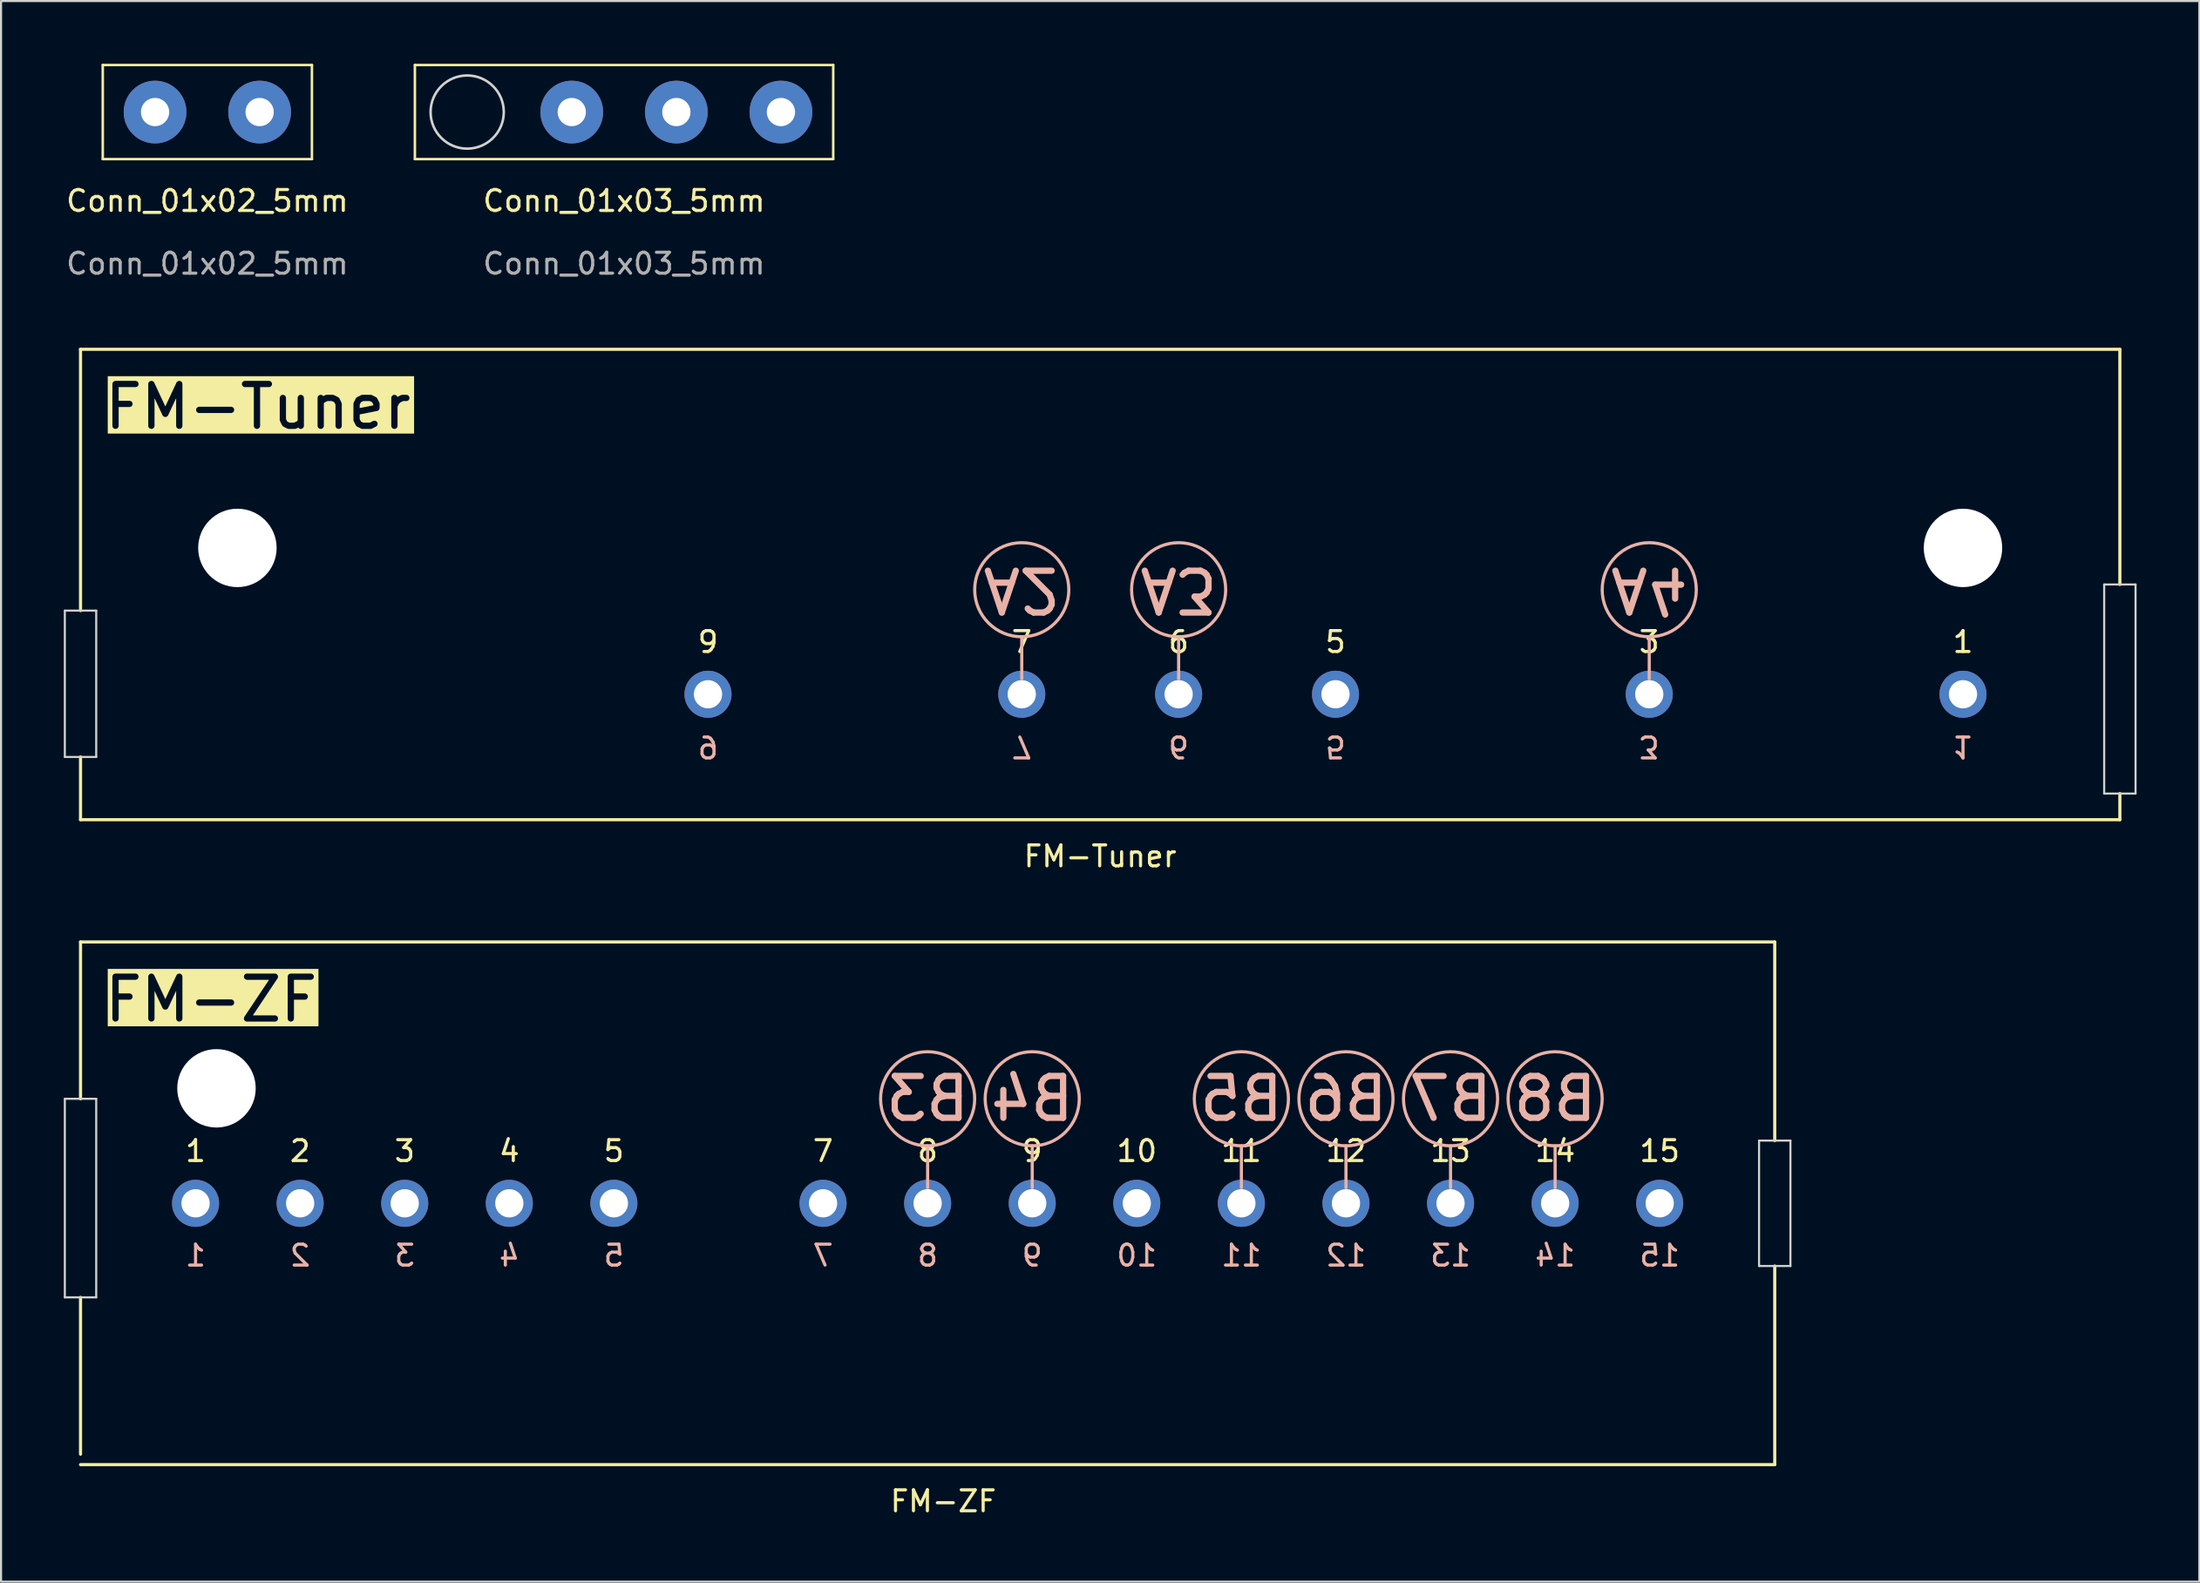
<source format=kicad_pcb>
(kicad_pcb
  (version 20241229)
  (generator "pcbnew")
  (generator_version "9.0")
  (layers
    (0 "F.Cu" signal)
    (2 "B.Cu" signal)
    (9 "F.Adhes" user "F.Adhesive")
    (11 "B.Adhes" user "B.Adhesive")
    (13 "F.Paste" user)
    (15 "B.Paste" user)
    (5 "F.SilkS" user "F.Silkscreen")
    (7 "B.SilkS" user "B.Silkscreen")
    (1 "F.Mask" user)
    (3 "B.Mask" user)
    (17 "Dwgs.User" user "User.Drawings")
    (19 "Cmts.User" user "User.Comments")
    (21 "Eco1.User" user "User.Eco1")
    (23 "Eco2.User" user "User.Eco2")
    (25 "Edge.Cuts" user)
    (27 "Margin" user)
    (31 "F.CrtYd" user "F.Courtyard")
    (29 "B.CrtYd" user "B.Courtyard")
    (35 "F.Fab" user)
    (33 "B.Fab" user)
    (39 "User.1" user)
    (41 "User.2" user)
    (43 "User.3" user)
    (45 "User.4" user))
  (footprint "Conn_01x02_5mm"
    (layer "F.Cu")
    (at 6.863 7.06)
    (property "Reference" "Conn_01x02_5mm" (at 0 -0.5 0) (unlocked yes) (layer "F.SilkS") (effects (font (size 1 1) (thickness 0.15))))
    (attr through_hole)
    (fp_line (start -5 -7) (end -5 -2.5) (stroke (width 0.12) (type default)) (layer "F.SilkS"))
    (fp_line (start -5 -2.5) (end 5 -2.5) (stroke (width 0.12) (type default)) (layer "F.SilkS"))
    (fp_line (start 5 -7) (end -5 -7) (stroke (width 0.12) (type default)) (layer "F.SilkS"))
    (fp_line (start 5 -2.5) (end 5 -7) (stroke (width 0.12) (type default)) (layer "F.SilkS"))
    (fp_text user "${REFERENCE}" (at 0 2.5 0) (unlocked yes) (layer "F.Fab") (effects (font (size 1 1) (thickness 0.15))))
    (pad "1" thru_hole circle (at -2.5 -4.75) (size 3 3) (drill 1.35) (layers "*.Cu" "B.Mask") (remove_unused_layers yes) (keep_end_layers yes) (zone_layer_connections))
    (pad "2" thru_hole circle (at 2.5 -4.75) (size 3 3) (drill 1.35) (layers "*.Cu" "B.Mask") (remove_unused_layers yes) (keep_end_layers yes) (zone_layer_connections)))
  (footprint "FM-Tuner"
    (layer "F.Cu")
    (at 0.8 13.658)
    (property "Reference" "FM-Tuner" (at 48.75 24.25 0) (unlocked yes) (layer "F.SilkS") (effects (font (size 1 1) (thickness 0.15))))
    (attr through_hole)
    (fp_line (start 0 0) (end 0 12.5) (stroke (width 0.15) (type default)) (layer "F.SilkS"))
    (fp_line (start 0 19.5) (end 0 22.5) (stroke (width 0.15) (type default)) (layer "F.SilkS"))
    (fp_line (start 0 22.5) (end 97.5 22.5) (stroke (width 0.15) (type default)) (layer "F.SilkS"))
    (fp_line (start 97.5 0) (end 0 0) (stroke (width 0.15) (type default)) (layer "F.SilkS"))
    (fp_line (start 97.5 11.25) (end 97.5 0) (stroke (width 0.15) (type default)) (layer "F.SilkS"))
    (fp_line (start 97.5 22.5) (end 97.5 21.25) (stroke (width 0.15) (type default)) (layer "F.SilkS"))
    (fp_line (start 45 13.75) (end 45 15.75) (stroke (width 0.15) (type default)) (layer "B.SilkS"))
    (fp_line (start 52.5 13.75) (end 52.5 15.75) (stroke (width 0.15) (type default)) (layer "B.SilkS"))
    (fp_line (start 75 13.75) (end 75 15.75) (stroke (width 0.15) (type default)) (layer "B.SilkS"))
    (fp_circle (center 45 11.5) (end 47.25 11.5) (stroke (width 0.15) (type default)) (fill no) (layer "B.SilkS"))
    (fp_circle (center 52.5 11.5) (end 54.75 11.5) (stroke (width 0.15) (type default)) (fill no) (layer "B.SilkS"))
    (fp_circle (center 75 11.5) (end 77.25 11.5) (stroke (width 0.15) (type default)) (fill no) (layer "B.SilkS"))
    (fp_line (start -0.75 12.5) (end 0.75 12.5) (stroke (width 0.1) (type default)) (layer "Edge.Cuts"))
    (fp_line (start -0.75 19.5) (end -0.75 12.5) (stroke (width 0.1) (type default)) (layer "Edge.Cuts"))
    (fp_line (start -0.75 19.5) (end 0.75 19.5) (stroke (width 0.1) (type default)) (layer "Edge.Cuts"))
    (fp_line (start 0.75 12.5) (end 0.75 19.5) (stroke (width 0.1) (type default)) (layer "Edge.Cuts"))
    (fp_line (start 96.75 11.25) (end 98.25 11.25) (stroke (width 0.1) (type default)) (layer "Edge.Cuts"))
    (fp_line (start 96.75 21.25) (end 96.75 11.25) (stroke (width 0.1) (type default)) (layer "Edge.Cuts"))
    (fp_line (start 96.75 21.25) (end 98.25 21.25) (stroke (width 0.1) (type default)) (layer "Edge.Cuts"))
    (fp_line (start 98.25 11.25) (end 98.25 21.25) (stroke (width 0.1) (type default)) (layer "Edge.Cuts"))
    (fp_text user "5" (at 60 14 0) (unlocked yes) (layer "F.SilkS") (effects (font (size 1 1) (thickness 0.15))))
    (fp_text user "6" (at 52.5 14 0) (unlocked yes) (layer "F.SilkS") (effects (font (size 1 1) (thickness 0.15))))
    (fp_text user "9" (at 30 14 0) (unlocked yes) (layer "F.SilkS") (effects (font (size 1 1) (thickness 0.15))))
    (fp_text user "7" (at 45 14 0) (unlocked yes) (layer "F.SilkS") (effects (font (size 1 1) (thickness 0.15))))
    (fp_text user "1" (at 90 14 0) (unlocked yes) (layer "F.SilkS") (effects (font (size 1 1) (thickness 0.15))))
    (fp_text user "FM-Tuner" (at 1 2.75 0) (unlocked yes) (layer "F.SilkS" knockout) (effects (font (size 2 2) (thickness 0.3)) (justify left)))
    (fp_text user "3" (at 75 14 0) (unlocked yes) (layer "F.SilkS") (effects (font (size 1 1) (thickness 0.15))))
    (fp_text user "9" (at 30 19 180) (unlocked yes) (layer "B.SilkS") (effects (font (size 1 1) (thickness 0.15)) (justify mirror)))
    (fp_text user "1" (at 90 19 180) (unlocked yes) (layer "B.SilkS") (effects (font (size 1 1) (thickness 0.15)) (justify mirror)))
    (fp_text user "6" (at 52.5 19 180) (unlocked yes) (layer "B.SilkS") (effects (font (size 1 1) (thickness 0.15)) (justify mirror)))
    (fp_text user "3" (at 75 19 180) (unlocked yes) (layer "B.SilkS") (effects (font (size 1 1) (thickness 0.15)) (justify mirror)))
    (fp_text user "5" (at 60 19 180) (unlocked yes) (layer "B.SilkS") (effects (font (size 1 1) (thickness 0.15)) (justify mirror)))
    (fp_text user "A4" (at 75 11.5 180) (unlocked yes) (layer "B.SilkS") (effects (font (size 2 2) (thickness 0.3)) (justify mirror)))
    (fp_text user "A3" (at 52.5 11.5 180) (unlocked yes) (layer "B.SilkS") (effects (font (size 2 2) (thickness 0.3)) (justify mirror)))
    (fp_text user "7" (at 45 19 180) (unlocked yes) (layer "B.SilkS") (effects (font (size 1 1) (thickness 0.15)) (justify mirror)))
    (fp_text user "A2" (at 45 11.5 180) (unlocked yes) (layer "B.SilkS") (effects (font (size 2 2) (thickness 0.3)) (justify mirror)))
    (pad "1" thru_hole circle (at 90 16.5) (size 2.25 2.25) (drill 1.35) (layers "*.Cu" "B.Mask") (remove_unused_layers yes) (keep_end_layers yes) (zone_layer_connections))
    (pad "3" thru_hole circle (at 75 16.5) (size 2.25 2.25) (drill 1.35) (layers "*.Cu" "B.Mask") (remove_unused_layers yes) (keep_end_layers yes) (zone_layer_connections))
    (pad "5" thru_hole circle (at 60 16.5) (size 2.25 2.25) (drill 1.35) (layers "*.Cu" "B.Mask") (remove_unused_layers yes) (keep_end_layers yes) (zone_layer_connections))
    (pad "6" thru_hole circle (at 52.5 16.5) (size 2.25 2.25) (drill 1.35) (layers "*.Cu" "B.Mask") (remove_unused_layers yes) (keep_end_layers yes) (zone_layer_connections))
    (pad "7" thru_hole circle (at 45 16.5) (size 2.25 2.25) (drill 1.35) (layers "*.Cu" "B.Mask") (remove_unused_layers yes) (keep_end_layers yes) (zone_layer_connections))
    (pad "9" thru_hole circle (at 30 16.5) (size 2.25 2.25) (drill 1.35) (layers "*.Cu" "B.Mask") (remove_unused_layers yes) (keep_end_layers yes) (zone_layer_connections))
    (pad "13" thru_hole circle (at 7.5 9.5) (size 5.5 5.5) (drill 3.75) (layers "*.Cu" "B.Mask") (remove_unused_layers yes) (zone_layer_connections))
    (pad "13" thru_hole circle (at 90 9.5) (size 5.5 5.5) (drill 3.75) (layers "*.Cu" "B.Mask") (remove_unused_layers yes) (zone_layer_connections)))
  (footprint "Conn_01x03_5mm"
    (layer "F.Cu")
    (at 26.786 7.06)
    (property "Reference" "Conn_01x03_5mm" (at 0 -0.5 0) (unlocked yes) (layer "F.SilkS") (effects (font (size 1 1) (thickness 0.15))))
    (attr through_hole)
    (fp_line (start -10 -7) (end -10 -2.5) (stroke (width 0.12) (type default)) (layer "F.SilkS"))
    (fp_line (start -10 -2.5) (end 10 -2.5) (stroke (width 0.12) (type default)) (layer "F.SilkS"))
    (fp_line (start 10 -7) (end -10 -7) (stroke (width 0.12) (type default)) (layer "F.SilkS"))
    (fp_line (start 10 -2.5) (end 10 -7) (stroke (width 0.12) (type default)) (layer "F.SilkS"))
    (fp_circle (center -7.5 -4.75) (end -5.75 -4.75) (stroke (width 0.12) (type default)) (fill no) (layer "Edge.Cuts"))
    (fp_text user "${REFERENCE}" (at 0 2.5 0) (unlocked yes) (layer "F.Fab") (effects (font (size 1 1) (thickness 0.15))))
    (pad "1" thru_hole circle (at -2.5 -4.75) (size 3 3) (drill 1.35) (layers "*.Cu" "B.Mask") (remove_unused_layers yes) (keep_end_layers yes) (zone_layer_connections))
    (pad "2" thru_hole circle (at 2.5 -4.75) (size 3 3) (drill 1.35) (layers "*.Cu" "B.Mask") (remove_unused_layers yes) (keep_end_layers yes) (zone_layer_connections))
    (pad "3" thru_hole circle (at 7.5 -4.75) (size 3 3) (drill 1.35) (layers "*.Cu" "B.Mask") (remove_unused_layers yes) (keep_end_layers yes) (zone_layer_connections)))
  (footprint "FM-ZF"
    (layer "F.Cu")
    (at 0.8 42.007)
    (property "Reference" "FM-ZF" (at 41.25 26.75 0) (unlocked yes) (layer "F.SilkS") (effects (font (size 1 1) (thickness 0.15))))
    (attr through_hole)
    (fp_line (start 0 0) (end 0 7.5) (stroke (width 0.15) (type default)) (layer "F.SilkS"))
    (fp_line (start 0 17) (end 0 24.5) (stroke (width 0.15) (type default)) (layer "F.SilkS"))
    (fp_line (start 0 25) (end 81 25) (stroke (width 0.15) (type default)) (layer "F.SilkS"))
    (fp_line (start 81 0) (end 0 0) (stroke (width 0.15) (type default)) (layer "F.SilkS"))
    (fp_line (start 81 9.5) (end 81 0) (stroke (width 0.15) (type default)) (layer "F.SilkS"))
    (fp_line (start 81 25) (end 81 15.5) (stroke (width 0.15) (type default)) (layer "F.SilkS"))
    (fp_line (start 40.5 9.75) (end 40.5 11.75) (stroke (width 0.15) (type default)) (layer "B.SilkS"))
    (fp_line (start 45.5 9.75) (end 45.5 11.75) (stroke (width 0.15) (type default)) (layer "B.SilkS"))
    (fp_line (start 55.5 9.75) (end 55.5 11.75) (stroke (width 0.15) (type default)) (layer "B.SilkS"))
    (fp_line (start 60.5 9.75) (end 60.5 11.75) (stroke (width 0.15) (type default)) (layer "B.SilkS"))
    (fp_line (start 65.5 9.75) (end 65.5 11.75) (stroke (width 0.15) (type default)) (layer "B.SilkS"))
    (fp_line (start 70.5 9.75) (end 70.5 11.75) (stroke (width 0.15) (type default)) (layer "B.SilkS"))
    (fp_circle (center 40.5 7.5) (end 42.75 7.5) (stroke (width 0.15) (type default)) (fill no) (layer "B.SilkS"))
    (fp_circle (center 45.5 7.5) (end 47.75 7.5) (stroke (width 0.15) (type default)) (fill no) (layer "B.SilkS"))
    (fp_circle (center 55.5 7.5) (end 57.75 7.5) (stroke (width 0.15) (type default)) (fill no) (layer "B.SilkS"))
    (fp_circle (center 60.5 7.5) (end 62.75 7.5) (stroke (width 0.15) (type default)) (fill no) (layer "B.SilkS"))
    (fp_circle (center 65.5 7.5) (end 67.75 7.5) (stroke (width 0.15) (type default)) (fill no) (layer "B.SilkS"))
    (fp_circle (center 70.5 7.5) (end 72.75 7.5) (stroke (width 0.15) (type default)) (fill no) (layer "B.SilkS"))
    (fp_line (start -0.75 7.5) (end -0.75 17) (stroke (width 0.1) (type default)) (layer "Edge.Cuts"))
    (fp_line (start -0.75 7.5) (end 0.75 7.5) (stroke (width 0.1) (type default)) (layer "Edge.Cuts"))
    (fp_line (start -0.75 17) (end 0.75 17) (stroke (width 0.1) (type default)) (layer "Edge.Cuts"))
    (fp_line (start 0.75 17) (end 0.75 7.5) (stroke (width 0.1) (type default)) (layer "Edge.Cuts"))
    (fp_line (start 80.25 9.5) (end 80.25 15.5) (stroke (width 0.1) (type default)) (layer "Edge.Cuts"))
    (fp_line (start 80.25 9.5) (end 81.75 9.5) (stroke (width 0.1) (type default)) (layer "Edge.Cuts"))
    (fp_line (start 80.25 15.5) (end 81.75 15.5) (stroke (width 0.1) (type default)) (layer "Edge.Cuts"))
    (fp_line (start 81.75 15.5) (end 81.75 9.5) (stroke (width 0.1) (type default)) (layer "Edge.Cuts"))
    (fp_text user "10" (at 50.5 10 0) (unlocked yes) (layer "F.SilkS") (effects (font (size 1 1) (thickness 0.15))))
    (fp_text user "1" (at 5.5 10 0) (unlocked yes) (layer "F.SilkS") (effects (font (size 1 1) (thickness 0.15))))
    (fp_text user "13" (at 65.5 10 0) (unlocked yes) (layer "F.SilkS") (effects (font (size 1 1) (thickness 0.15))))
    (fp_text user "FM-ZF" (at 1 2.75 0) (unlocked yes) (layer "F.SilkS" knockout) (effects (font (size 2 2) (thickness 0.3)) (justify left)))
    (fp_text user "5" (at 25.5 10 0) (unlocked yes) (layer "F.SilkS") (effects (font (size 1 1) (thickness 0.15))))
    (fp_text user "7" (at 35.5 10 0) (unlocked yes) (layer "F.SilkS") (effects (font (size 1 1) (thickness 0.15))))
    (fp_text user "9" (at 45.5 10 0) (unlocked yes) (layer "F.SilkS") (effects (font (size 1 1) (thickness 0.15))))
    (fp_text user "4" (at 20.5 10 0) (unlocked yes) (layer "F.SilkS") (effects (font (size 1 1) (thickness 0.15))))
    (fp_text user "14" (at 70.5 10 0) (unlocked yes) (layer "F.SilkS") (effects (font (size 1 1) (thickness 0.15))))
    (fp_text user "8" (at 40.5 10 0) (unlocked yes) (layer "F.SilkS") (effects (font (size 1 1) (thickness 0.15))))
    (fp_text user "15" (at 75.5 10 0) (unlocked yes) (layer "F.SilkS") (effects (font (size 1 1) (thickness 0.15))))
    (fp_text user "12" (at 60.5 10 0) (unlocked yes) (layer "F.SilkS") (effects (font (size 1 1) (thickness 0.15))))
    (fp_text user "2" (at 10.5 10 0) (unlocked yes) (layer "F.SilkS") (effects (font (size 1 1) (thickness 0.15))))
    (fp_text user "11" (at 55.5 10 0) (unlocked yes) (layer "F.SilkS") (effects (font (size 1 1) (thickness 0.15))))
    (fp_text user "3" (at 15.5 10 0) (unlocked yes) (layer "F.SilkS") (effects (font (size 1 1) (thickness 0.15))))
    (fp_text user "B5" (at 55.5 7.5 0) (unlocked yes) (layer "B.SilkS") (effects (font (size 2 2) (thickness 0.3)) (justify mirror)))
    (fp_text user "B6" (at 60.5 7.5 0) (unlocked yes) (layer "B.SilkS") (effects (font (size 2 2) (thickness 0.3)) (justify mirror)))
    (fp_text user "9" (at 45.5 15 0) (unlocked yes) (layer "B.SilkS") (effects (font (size 1 1) (thickness 0.15)) (justify mirror)))
    (fp_text user "7" (at 35.5 15 0) (unlocked yes) (layer "B.SilkS") (effects (font (size 1 1) (thickness 0.15)) (justify mirror)))
    (fp_text user "4" (at 20.5 15 0) (unlocked yes) (layer "B.SilkS") (effects (font (size 1 1) (thickness 0.15)) (justify mirror)))
    (fp_text user "B3" (at 40.5 7.5 0) (unlocked yes) (layer "B.SilkS") (effects (font (size 2 2) (thickness 0.3)) (justify mirror)))
    (fp_text user "B7" (at 65.5 7.5 0) (unlocked yes) (layer "B.SilkS") (effects (font (size 2 2) (thickness 0.3)) (justify mirror)))
    (fp_text user "B8" (at 70.5 7.5 0) (unlocked yes) (layer "B.SilkS") (effects (font (size 2 2) (thickness 0.3)) (justify mirror)))
    (fp_text user "1" (at 5.5 15 0) (unlocked yes) (layer "B.SilkS") (effects (font (size 1 1) (thickness 0.15)) (justify mirror)))
    (fp_text user "12" (at 60.5 15 0) (unlocked yes) (layer "B.SilkS") (effects (font (size 1 1) (thickness 0.15)) (justify mirror)))
    (fp_text user "15" (at 75.5 15 0) (unlocked yes) (layer "B.SilkS") (effects (font (size 1 1) (thickness 0.15)) (justify mirror)))
    (fp_text user "B4" (at 45.5 7.5 0) (unlocked yes) (layer "B.SilkS") (effects (font (size 2 2) (thickness 0.3)) (justify mirror)))
    (fp_text user "10" (at 50.5 15 0) (unlocked yes) (layer "B.SilkS") (effects (font (size 1 1) (thickness 0.15)) (justify mirror)))
    (fp_text user "13" (at 65.5 15 0) (unlocked yes) (layer "B.SilkS") (effects (font (size 1 1) (thickness 0.15)) (justify mirror)))
    (fp_text user "8" (at 40.5 15 0) (unlocked yes) (layer "B.SilkS") (effects (font (size 1 1) (thickness 0.15)) (justify mirror)))
    (fp_text user "5" (at 25.5 15 0) (unlocked yes) (layer "B.SilkS") (effects (font (size 1 1) (thickness 0.15)) (justify mirror)))
    (fp_text user "2" (at 10.5 15 0) (unlocked yes) (layer "B.SilkS") (effects (font (size 1 1) (thickness 0.15)) (justify mirror)))
    (fp_text user "14" (at 70.5 15 0) (unlocked yes) (layer "B.SilkS") (effects (font (size 1 1) (thickness 0.15)) (justify mirror)))
    (fp_text user "3" (at 15.5 15 0) (unlocked yes) (layer "B.SilkS") (effects (font (size 1 1) (thickness 0.15)) (justify mirror)))
    (fp_text user "11" (at 55.5 15 0) (unlocked yes) (layer "B.SilkS") (effects (font (size 1 1) (thickness 0.15)) (justify mirror)))
    (pad "1" thru_hole circle (at 5.5 12.5) (size 2.25 2.25) (drill 1.35) (layers "*.Cu" "B.Mask") (remove_unused_layers yes) (keep_end_layers yes) (zone_layer_connections))
    (pad "2" thru_hole circle (at 10.5 12.5) (size 2.25 2.25) (drill 1.35) (layers "*.Cu" "B.Mask") (remove_unused_layers yes) (keep_end_layers yes) (zone_layer_connections))
    (pad "3" thru_hole circle (at 15.5 12.5) (size 2.25 2.25) (drill 1.35) (layers "*.Cu" "B.Mask") (remove_unused_layers yes) (keep_end_layers yes) (zone_layer_connections))
    (pad "4" thru_hole circle (at 20.5 12.5) (size 2.25 2.25) (drill 1.35) (layers "*.Cu" "B.Mask") (remove_unused_layers yes) (keep_end_layers yes) (zone_layer_connections))
    (pad "5" thru_hole circle (at 25.5 12.5) (size 2.25 2.25) (drill 1.35) (layers "*.Cu" "B.Mask") (remove_unused_layers yes) (keep_end_layers yes) (zone_layer_connections))
    (pad "7" thru_hole circle (at 35.5 12.5) (size 2.25 2.25) (drill 1.35) (layers "*.Cu" "B.Mask") (remove_unused_layers yes) (keep_end_layers yes) (zone_layer_connections))
    (pad "8" thru_hole circle (at 40.5 12.5) (size 2.25 2.25) (drill 1.35) (layers "*.Cu" "B.Mask") (remove_unused_layers yes) (keep_end_layers yes) (zone_layer_connections))
    (pad "9" thru_hole circle (at 45.5 12.5) (size 2.25 2.25) (drill 1.35) (layers "*.Cu" "B.Mask") (remove_unused_layers yes) (keep_end_layers yes) (zone_layer_connections))
    (pad "10" thru_hole circle (at 50.5 12.5) (size 2.25 2.25) (drill 1.35) (layers "*.Cu" "B.Mask") (remove_unused_layers yes) (keep_end_layers yes) (zone_layer_connections))
    (pad "11" thru_hole circle (at 55.5 12.5) (size 2.25 2.25) (drill 1.35) (layers "*.Cu" "B.Mask") (remove_unused_layers yes) (keep_end_layers yes) (zone_layer_connections))
    (pad "12" thru_hole circle (at 60.5 12.5) (size 2.25 2.25) (drill 1.35) (layers "*.Cu" "B.Mask") (remove_unused_layers yes) (keep_end_layers yes) (zone_layer_connections))
    (pad "13" thru_hole circle (at 65.5 12.5) (size 2.25 2.25) (drill 1.35) (layers "*.Cu" "B.Mask") (remove_unused_layers yes) (keep_end_layers yes) (zone_layer_connections))
    (pad "14" thru_hole circle (at 70.5 12.5) (size 2.25 2.25) (drill 1.35) (layers "*.Cu" "B.Mask") (remove_unused_layers yes) (keep_end_layers yes) (zone_layer_connections))
    (pad "15" thru_hole circle (at 75.5 12.5) (size 2.25 2.25) (drill 1.35) (layers "*.Cu" "B.Mask") (remove_unused_layers yes) (keep_end_layers yes) (zone_layer_connections))
    (pad "16" thru_hole circle (at 6.5 7) (size 5.5 5.5) (drill 3.75) (layers "*.Cu" "B.Mask") (remove_unused_layers yes) (zone_layer_connections)))
  (gr_rect
    (start -3 -3)
    (end 102.1 72.605)
    (stroke (width 0.1) (type default))
    (fill no)
    (layer "Edge.Cuts")))
</source>
